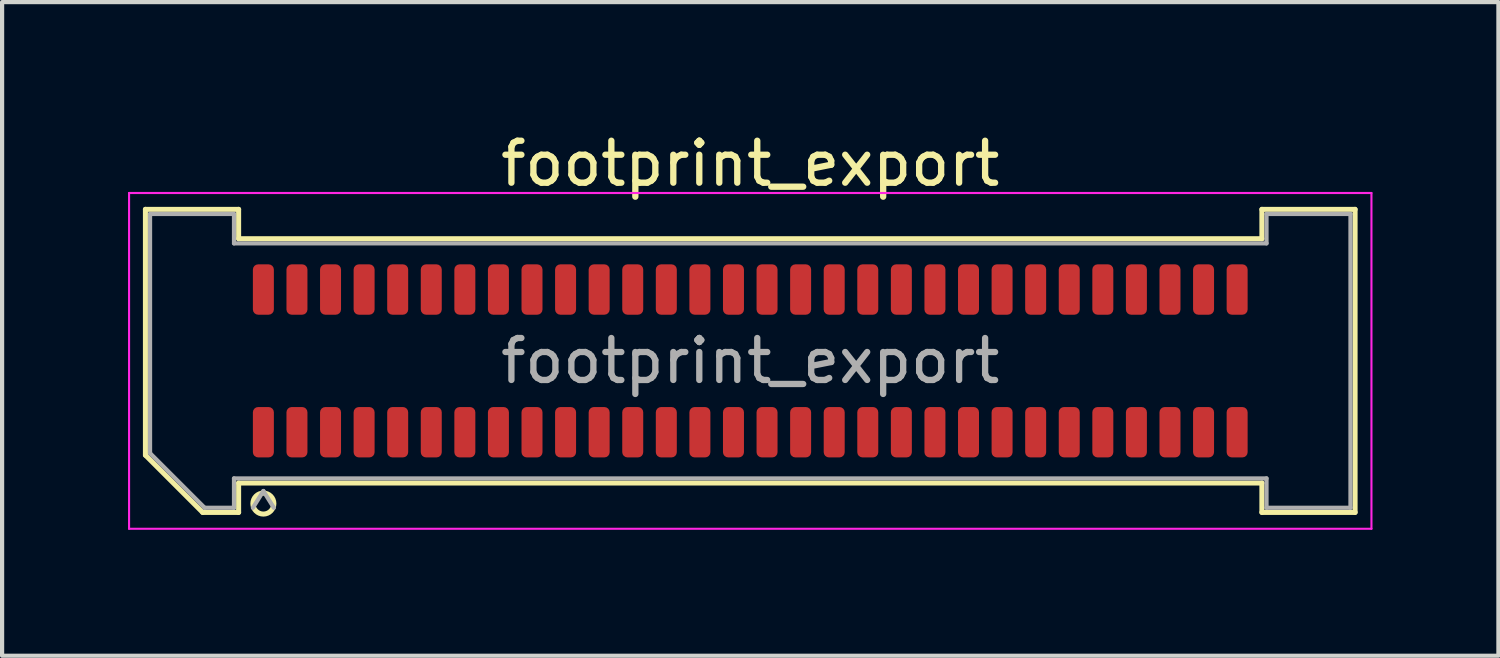
<source format=kicad_pcb>
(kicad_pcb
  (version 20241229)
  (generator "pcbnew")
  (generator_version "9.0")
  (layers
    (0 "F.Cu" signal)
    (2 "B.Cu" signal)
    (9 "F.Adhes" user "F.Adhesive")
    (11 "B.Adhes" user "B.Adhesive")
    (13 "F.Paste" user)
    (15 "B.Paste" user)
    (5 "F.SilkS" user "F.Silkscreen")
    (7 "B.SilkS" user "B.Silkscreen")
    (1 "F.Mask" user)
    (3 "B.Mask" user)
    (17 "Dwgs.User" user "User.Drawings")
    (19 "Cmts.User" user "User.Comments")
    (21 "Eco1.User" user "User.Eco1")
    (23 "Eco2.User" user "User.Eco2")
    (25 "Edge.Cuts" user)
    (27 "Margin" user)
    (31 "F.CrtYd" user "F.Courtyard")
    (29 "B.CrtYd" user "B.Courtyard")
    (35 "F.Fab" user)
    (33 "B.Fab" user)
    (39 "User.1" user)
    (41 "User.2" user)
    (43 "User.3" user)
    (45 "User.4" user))
  (footprint "footprint_export"
    (layer "F.Cu")
    (at 14.825 5.548)
    (property "Reference" "footprint_export" (at 0 -4.7 0) (layer "F.SilkS") (effects (font (size 1 1) (thickness 0.15))))
    (attr smd)
    (fp_line (start -14.41 -3.61) (end -12.19 -3.61) (stroke (width 0.12) (type solid)) (layer "F.SilkS"))
    (fp_line (start -14.41 2.246) (end -14.41 -3.61) (stroke (width 0.12) (type solid)) (layer "F.SilkS"))
    (fp_line (start -13.046 3.61) (end -14.41 2.246) (stroke (width 0.12) (type solid)) (layer "F.SilkS"))
    (fp_line (start -12.19 -3.61) (end -12.19 -2.91) (stroke (width 0.12) (type solid)) (layer "F.SilkS"))
    (fp_line (start -12.19 -2.91) (end 12.19 -2.91) (stroke (width 0.12) (type solid)) (layer "F.SilkS"))
    (fp_line (start -12.19 2.91) (end -12.19 3.61) (stroke (width 0.12) (type solid)) (layer "F.SilkS"))
    (fp_line (start -12.19 3.61) (end -13.046 3.61) (stroke (width 0.12) (type solid)) (layer "F.SilkS"))
    (fp_line (start 12.19 -3.61) (end 14.41 -3.61) (stroke (width 0.12) (type solid)) (layer "F.SilkS"))
    (fp_line (start 12.19 -2.91) (end 12.19 -3.61) (stroke (width 0.12) (type solid)) (layer "F.SilkS"))
    (fp_line (start 12.19 2.91) (end -12.19 2.91) (stroke (width 0.12) (type solid)) (layer "F.SilkS"))
    (fp_line (start 12.19 3.61) (end 12.19 2.91) (stroke (width 0.12) (type solid)) (layer "F.SilkS"))
    (fp_line (start 14.41 -3.61) (end 14.41 3.61) (stroke (width 0.12) (type solid)) (layer "F.SilkS"))
    (fp_line (start 14.41 3.61) (end 12.19 3.61) (stroke (width 0.12) (type solid)) (layer "F.SilkS"))
    (fp_arc (start -11.35 3.4) (mid -11.85 3.4) (end -11.35 3.4) (stroke (width 0.12) (type solid)) (layer "F.SilkS"))
    (fp_line (start -14.8 -4) (end -14.8 4) (stroke (width 0.05) (type solid)) (layer "F.CrtYd"))
    (fp_line (start -14.8 4) (end 14.8 4) (stroke (width 0.05) (type solid)) (layer "F.CrtYd"))
    (fp_line (start 14.8 -4) (end -14.8 -4) (stroke (width 0.05) (type solid)) (layer "F.CrtYd"))
    (fp_line (start 14.8 4) (end 14.8 -4) (stroke (width 0.05) (type solid)) (layer "F.CrtYd"))
    (fp_line (start -14.3 -3.5) (end -12.3 -3.5) (stroke (width 0.1) (type solid)) (layer "F.Fab"))
    (fp_line (start -14.3 2.2) (end -14.3 -3.5) (stroke (width 0.1) (type solid)) (layer "F.Fab"))
    (fp_line (start -13 3.5) (end -14.3 2.2) (stroke (width 0.1) (type solid)) (layer "F.Fab"))
    (fp_line (start -12.3 -3.5) (end -12.3 -2.8) (stroke (width 0.1) (type solid)) (layer "F.Fab"))
    (fp_line (start -12.3 -2.8) (end 12.3 -2.8) (stroke (width 0.1) (type solid)) (layer "F.Fab"))
    (fp_line (start -12.3 2.8) (end -12.3 3.5) (stroke (width 0.1) (type solid)) (layer "F.Fab"))
    (fp_line (start -12.3 3.5) (end -13 3.5) (stroke (width 0.1) (type solid)) (layer "F.Fab"))
    (fp_line (start -11.6 3.1) (end -11.85 3.5) (stroke (width 0.1) (type solid)) (layer "F.Fab"))
    (fp_line (start -11.6 3.1) (end -11.35 3.5) (stroke (width 0.1) (type solid)) (layer "F.Fab"))
    (fp_line (start 12.3 -3.5) (end 14.3 -3.5) (stroke (width 0.1) (type solid)) (layer "F.Fab"))
    (fp_line (start 12.3 -2.8) (end 12.3 -3.5) (stroke (width 0.1) (type solid)) (layer "F.Fab"))
    (fp_line (start 12.3 2.8) (end -12.3 2.8) (stroke (width 0.1) (type solid)) (layer "F.Fab"))
    (fp_line (start 12.3 3.5) (end 12.3 2.8) (stroke (width 0.1) (type solid)) (layer "F.Fab"))
    (fp_line (start 14.3 -3.5) (end 14.3 3.5) (stroke (width 0.1) (type solid)) (layer "F.Fab"))
    (fp_line (start 14.3 3.5) (end 12.3 3.5) (stroke (width 0.1) (type solid)) (layer "F.Fab"))
    (fp_text user "${REFERENCE}" (at 0 0 0) (layer "F.Fab") (effects (font (size 1 1) (thickness 0.15))))
    (pad "1" smd roundrect (at -11.6 1.7) (size 0.5 1.2) (layers "F.Cu" "F.Mask" "F.Paste") (roundrect_rratio 0.25))
    (pad "2" smd roundrect (at -11.6 -1.7) (size 0.5 1.2) (layers "F.Cu" "F.Mask" "F.Paste") (roundrect_rratio 0.25))
    (pad "3" smd roundrect (at -10.8 1.7) (size 0.5 1.2) (layers "F.Cu" "F.Mask" "F.Paste") (roundrect_rratio 0.25))
    (pad "4" smd roundrect (at -10.8 -1.7) (size 0.5 1.2) (layers "F.Cu" "F.Mask" "F.Paste") (roundrect_rratio 0.25))
    (pad "5" smd roundrect (at -10 1.7) (size 0.5 1.2) (layers "F.Cu" "F.Mask" "F.Paste") (roundrect_rratio 0.25))
    (pad "6" smd roundrect (at -10 -1.7) (size 0.5 1.2) (layers "F.Cu" "F.Mask" "F.Paste") (roundrect_rratio 0.25))
    (pad "7" smd roundrect (at -9.2 1.7) (size 0.5 1.2) (layers "F.Cu" "F.Mask" "F.Paste") (roundrect_rratio 0.25))
    (pad "8" smd roundrect (at -9.2 -1.7) (size 0.5 1.2) (layers "F.Cu" "F.Mask" "F.Paste") (roundrect_rratio 0.25))
    (pad "9" smd roundrect (at -8.4 1.7) (size 0.5 1.2) (layers "F.Cu" "F.Mask" "F.Paste") (roundrect_rratio 0.25))
    (pad "10" smd roundrect (at -8.4 -1.7) (size 0.5 1.2) (layers "F.Cu" "F.Mask" "F.Paste") (roundrect_rratio 0.25))
    (pad "11" smd roundrect (at -7.6 1.7) (size 0.5 1.2) (layers "F.Cu" "F.Mask" "F.Paste") (roundrect_rratio 0.25))
    (pad "12" smd roundrect (at -7.6 -1.7) (size 0.5 1.2) (layers "F.Cu" "F.Mask" "F.Paste") (roundrect_rratio 0.25))
    (pad "13" smd roundrect (at -6.8 1.7) (size 0.5 1.2) (layers "F.Cu" "F.Mask" "F.Paste") (roundrect_rratio 0.25))
    (pad "14" smd roundrect (at -6.8 -1.7) (size 0.5 1.2) (layers "F.Cu" "F.Mask" "F.Paste") (roundrect_rratio 0.25))
    (pad "15" smd roundrect (at -6 1.7) (size 0.5 1.2) (layers "F.Cu" "F.Mask" "F.Paste") (roundrect_rratio 0.25))
    (pad "16" smd roundrect (at -6 -1.7) (size 0.5 1.2) (layers "F.Cu" "F.Mask" "F.Paste") (roundrect_rratio 0.25))
    (pad "17" smd roundrect (at -5.2 1.7) (size 0.5 1.2) (layers "F.Cu" "F.Mask" "F.Paste") (roundrect_rratio 0.25))
    (pad "18" smd roundrect (at -5.2 -1.7) (size 0.5 1.2) (layers "F.Cu" "F.Mask" "F.Paste") (roundrect_rratio 0.25))
    (pad "19" smd roundrect (at -4.4 1.7) (size 0.5 1.2) (layers "F.Cu" "F.Mask" "F.Paste") (roundrect_rratio 0.25))
    (pad "20" smd roundrect (at -4.4 -1.7) (size 0.5 1.2) (layers "F.Cu" "F.Mask" "F.Paste") (roundrect_rratio 0.25))
    (pad "21" smd roundrect (at -3.6 1.7) (size 0.5 1.2) (layers "F.Cu" "F.Mask" "F.Paste") (roundrect_rratio 0.25))
    (pad "22" smd roundrect (at -3.6 -1.7) (size 0.5 1.2) (layers "F.Cu" "F.Mask" "F.Paste") (roundrect_rratio 0.25))
    (pad "23" smd roundrect (at -2.8 1.7) (size 0.5 1.2) (layers "F.Cu" "F.Mask" "F.Paste") (roundrect_rratio 0.25))
    (pad "24" smd roundrect (at -2.8 -1.7) (size 0.5 1.2) (layers "F.Cu" "F.Mask" "F.Paste") (roundrect_rratio 0.25))
    (pad "25" smd roundrect (at -2 1.7) (size 0.5 1.2) (layers "F.Cu" "F.Mask" "F.Paste") (roundrect_rratio 0.25))
    (pad "26" smd roundrect (at -2 -1.7) (size 0.5 1.2) (layers "F.Cu" "F.Mask" "F.Paste") (roundrect_rratio 0.25))
    (pad "27" smd roundrect (at -1.2 1.7) (size 0.5 1.2) (layers "F.Cu" "F.Mask" "F.Paste") (roundrect_rratio 0.25))
    (pad "28" smd roundrect (at -1.2 -1.7) (size 0.5 1.2) (layers "F.Cu" "F.Mask" "F.Paste") (roundrect_rratio 0.25))
    (pad "29" smd roundrect (at -0.4 1.7) (size 0.5 1.2) (layers "F.Cu" "F.Mask" "F.Paste") (roundrect_rratio 0.25))
    (pad "30" smd roundrect (at -0.4 -1.7) (size 0.5 1.2) (layers "F.Cu" "F.Mask" "F.Paste") (roundrect_rratio 0.25))
    (pad "31" smd roundrect (at 0.4 1.7) (size 0.5 1.2) (layers "F.Cu" "F.Mask" "F.Paste") (roundrect_rratio 0.25))
    (pad "32" smd roundrect (at 0.4 -1.7) (size 0.5 1.2) (layers "F.Cu" "F.Mask" "F.Paste") (roundrect_rratio 0.25))
    (pad "33" smd roundrect (at 1.2 1.7) (size 0.5 1.2) (layers "F.Cu" "F.Mask" "F.Paste") (roundrect_rratio 0.25))
    (pad "34" smd roundrect (at 1.2 -1.7) (size 0.5 1.2) (layers "F.Cu" "F.Mask" "F.Paste") (roundrect_rratio 0.25))
    (pad "35" smd roundrect (at 2 1.7) (size 0.5 1.2) (layers "F.Cu" "F.Mask" "F.Paste") (roundrect_rratio 0.25))
    (pad "36" smd roundrect (at 2 -1.7) (size 0.5 1.2) (layers "F.Cu" "F.Mask" "F.Paste") (roundrect_rratio 0.25))
    (pad "37" smd roundrect (at 2.8 1.7) (size 0.5 1.2) (layers "F.Cu" "F.Mask" "F.Paste") (roundrect_rratio 0.25))
    (pad "38" smd roundrect (at 2.8 -1.7) (size 0.5 1.2) (layers "F.Cu" "F.Mask" "F.Paste") (roundrect_rratio 0.25))
    (pad "39" smd roundrect (at 3.6 1.7) (size 0.5 1.2) (layers "F.Cu" "F.Mask" "F.Paste") (roundrect_rratio 0.25))
    (pad "40" smd roundrect (at 3.6 -1.7) (size 0.5 1.2) (layers "F.Cu" "F.Mask" "F.Paste") (roundrect_rratio 0.25))
    (pad "41" smd roundrect (at 4.4 1.7) (size 0.5 1.2) (layers "F.Cu" "F.Mask" "F.Paste") (roundrect_rratio 0.25))
    (pad "42" smd roundrect (at 4.4 -1.7) (size 0.5 1.2) (layers "F.Cu" "F.Mask" "F.Paste") (roundrect_rratio 0.25))
    (pad "43" smd roundrect (at 5.2 1.7) (size 0.5 1.2) (layers "F.Cu" "F.Mask" "F.Paste") (roundrect_rratio 0.25))
    (pad "44" smd roundrect (at 5.2 -1.7) (size 0.5 1.2) (layers "F.Cu" "F.Mask" "F.Paste") (roundrect_rratio 0.25))
    (pad "45" smd roundrect (at 6 1.7) (size 0.5 1.2) (layers "F.Cu" "F.Mask" "F.Paste") (roundrect_rratio 0.25))
    (pad "46" smd roundrect (at 6 -1.7) (size 0.5 1.2) (layers "F.Cu" "F.Mask" "F.Paste") (roundrect_rratio 0.25))
    (pad "47" smd roundrect (at 6.8 1.7) (size 0.5 1.2) (layers "F.Cu" "F.Mask" "F.Paste") (roundrect_rratio 0.25))
    (pad "48" smd roundrect (at 6.8 -1.7) (size 0.5 1.2) (layers "F.Cu" "F.Mask" "F.Paste") (roundrect_rratio 0.25))
    (pad "49" smd roundrect (at 7.6 1.7) (size 0.5 1.2) (layers "F.Cu" "F.Mask" "F.Paste") (roundrect_rratio 0.25))
    (pad "50" smd roundrect (at 7.6 -1.7) (size 0.5 1.2) (layers "F.Cu" "F.Mask" "F.Paste") (roundrect_rratio 0.25))
    (pad "51" smd roundrect (at 8.4 1.7) (size 0.5 1.2) (layers "F.Cu" "F.Mask" "F.Paste") (roundrect_rratio 0.25))
    (pad "52" smd roundrect (at 8.4 -1.7) (size 0.5 1.2) (layers "F.Cu" "F.Mask" "F.Paste") (roundrect_rratio 0.25))
    (pad "53" smd roundrect (at 9.2 1.7) (size 0.5 1.2) (layers "F.Cu" "F.Mask" "F.Paste") (roundrect_rratio 0.25))
    (pad "54" smd roundrect (at 9.2 -1.7) (size 0.5 1.2) (layers "F.Cu" "F.Mask" "F.Paste") (roundrect_rratio 0.25))
    (pad "55" smd roundrect (at 10 1.7) (size 0.5 1.2) (layers "F.Cu" "F.Mask" "F.Paste") (roundrect_rratio 0.25))
    (pad "56" smd roundrect (at 10 -1.7) (size 0.5 1.2) (layers "F.Cu" "F.Mask" "F.Paste") (roundrect_rratio 0.25))
    (pad "57" smd roundrect (at 10.8 1.7) (size 0.5 1.2) (layers "F.Cu" "F.Mask" "F.Paste") (roundrect_rratio 0.25))
    (pad "58" smd roundrect (at 10.8 -1.7) (size 0.5 1.2) (layers "F.Cu" "F.Mask" "F.Paste") (roundrect_rratio 0.25))
    (pad "59" smd roundrect (at 11.6 1.7) (size 0.5 1.2) (layers "F.Cu" "F.Mask" "F.Paste") (roundrect_rratio 0.25))
    (pad "60" smd roundrect (at 11.6 -1.7) (size 0.5 1.2) (layers "F.Cu" "F.Mask" "F.Paste") (roundrect_rratio 0.25)))
  (gr_rect
    (start -3 -3)
    (end 32.65 12.573)
    (stroke (width 0.1) (type default))
    (fill no)
    (layer "Edge.Cuts")))
</source>
